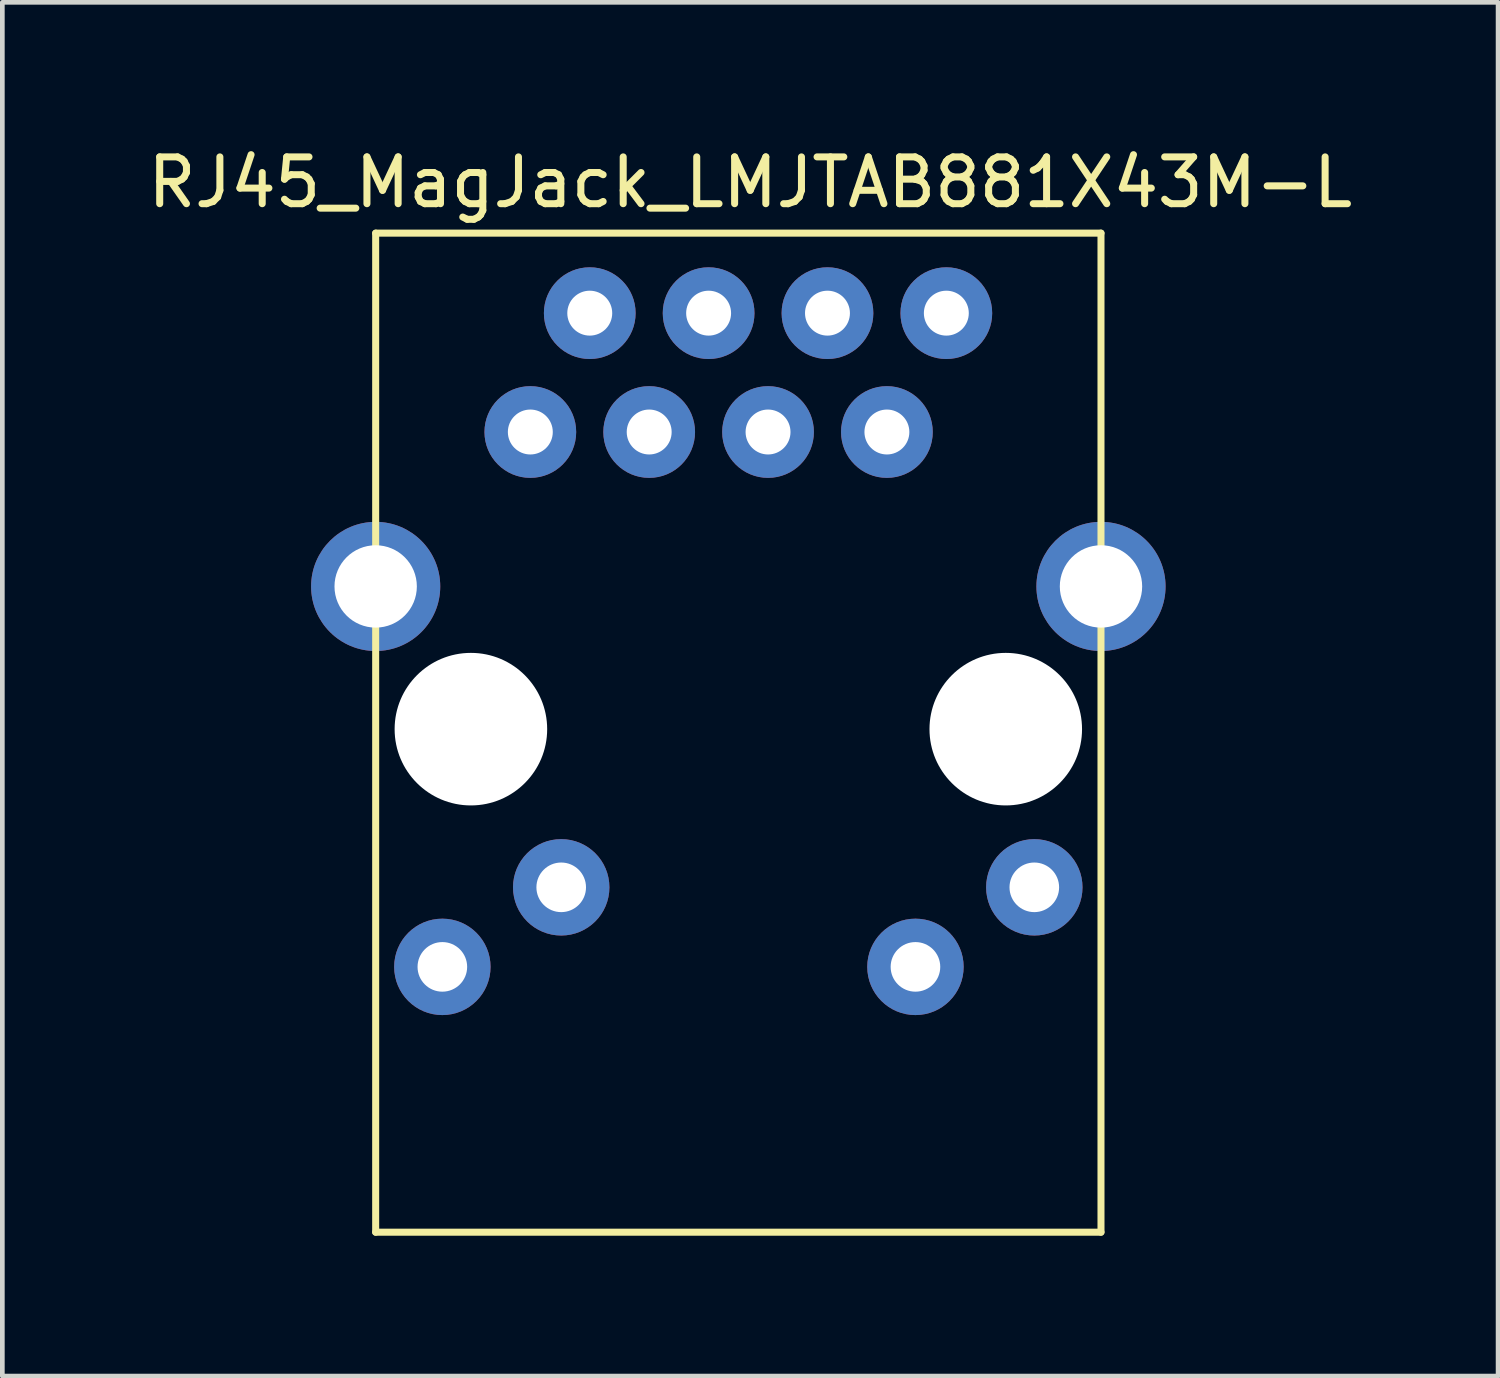
<source format=kicad_pcb>
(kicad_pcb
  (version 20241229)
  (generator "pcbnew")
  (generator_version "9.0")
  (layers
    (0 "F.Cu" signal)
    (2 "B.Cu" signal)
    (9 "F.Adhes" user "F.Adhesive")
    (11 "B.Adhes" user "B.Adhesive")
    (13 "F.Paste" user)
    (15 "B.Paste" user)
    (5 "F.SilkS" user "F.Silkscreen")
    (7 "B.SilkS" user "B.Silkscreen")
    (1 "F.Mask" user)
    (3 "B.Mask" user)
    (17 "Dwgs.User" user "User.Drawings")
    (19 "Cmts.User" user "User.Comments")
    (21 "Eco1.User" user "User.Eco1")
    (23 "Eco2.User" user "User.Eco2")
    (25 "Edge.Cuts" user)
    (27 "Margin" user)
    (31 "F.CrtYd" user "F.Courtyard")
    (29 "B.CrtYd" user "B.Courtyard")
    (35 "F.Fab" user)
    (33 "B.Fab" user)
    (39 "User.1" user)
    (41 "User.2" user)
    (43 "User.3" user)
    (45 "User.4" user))
  (footprint "RJ45_MagJack_LMJTAB881X43M-L"
    (layer "F.Cu")
    (at 8.283 6.182)
    (property "Reference" "RJ45_MagJack_LMJTAB881X43M-L" (at 4.699 -5.334 0) (layer "F.SilkS") (effects (font (size 1 1) (thickness 0.15))))
    (attr through_hole)
    (fp_line (start -3.305 -4.25) (end -3.305 17.1) (stroke (width 0.15) (type solid)) (layer "F.SilkS"))
    (fp_line (start -3.305 -4.25) (end 12.195 -4.25) (stroke (width 0.15) (type solid)) (layer "F.SilkS"))
    (fp_line (start -3.305 17.1) (end 12.195 17.1) (stroke (width 0.15) (type solid)) (layer "F.SilkS"))
    (fp_line (start 12.195 -4.25) (end 12.195 17.1) (stroke (width 0.15) (type solid)) (layer "F.SilkS"))
    (pad "" np_thru_hole circle (at -1.27 6.35) (size 3.26 3.26) (drill 3.26) (layers "*.Cu" "*.Mask"))
    (pad "" np_thru_hole circle (at 10.16 6.35) (size 3.26 3.26) (drill 3.26) (layers "*.Cu" "*.Mask"))
    (pad "1" thru_hole circle (at 0 0) (size 1.96 1.96) (drill 0.96) (layers "*.Cu" "*.Mask"))
    (pad "2" thru_hole circle (at 1.27 -2.54) (size 1.96 1.96) (drill 0.96) (layers "*.Cu" "*.Mask"))
    (pad "3" thru_hole circle (at 2.54 0) (size 1.96 1.96) (drill 0.96) (layers "*.Cu" "*.Mask"))
    (pad "4" thru_hole circle (at 3.81 -2.54) (size 1.96 1.96) (drill 0.96) (layers "*.Cu" "*.Mask"))
    (pad "5" thru_hole circle (at 5.08 0) (size 1.96 1.96) (drill 0.96) (layers "*.Cu" "*.Mask"))
    (pad "6" thru_hole circle (at 6.35 -2.54) (size 1.96 1.96) (drill 0.96) (layers "*.Cu" "*.Mask"))
    (pad "7" thru_hole circle (at 7.62 0) (size 1.96 1.96) (drill 0.96) (layers "*.Cu" "*.Mask"))
    (pad "8" thru_hole circle (at 8.89 -2.54) (size 1.96 1.96) (drill 0.96) (layers "*.Cu" "*.Mask"))
    (pad "9" thru_hole circle (at -1.88 11.43) (size 2.06 2.06) (drill 1.06) (layers "*.Cu" "*.Mask"))
    (pad "10" thru_hole circle (at 0.66 9.73) (size 2.06 2.06) (drill 1.06) (layers "*.Cu" "*.Mask"))
    (pad "11" thru_hole circle (at 8.23 11.43) (size 2.06 2.06) (drill 1.06) (layers "*.Cu" "*.Mask"))
    (pad "12" thru_hole circle (at 10.77 9.73) (size 2.06 2.06) (drill 1.06) (layers "*.Cu" "*.Mask"))
    (pad "M1" thru_hole circle (at 12.195 3.3) (size 2.76 2.76) (drill 1.76) (layers "*.Cu" "*.Mask"))
    (pad "M2" thru_hole circle (at -3.305 3.3) (size 2.76 2.76) (drill 1.76) (layers "*.Cu" "*.Mask")))
  (gr_rect
    (start -3 -3)
    (end 28.964 26.357)
    (stroke (width 0.1) (type default))
    (fill no)
    (layer "Edge.Cuts")))
</source>
